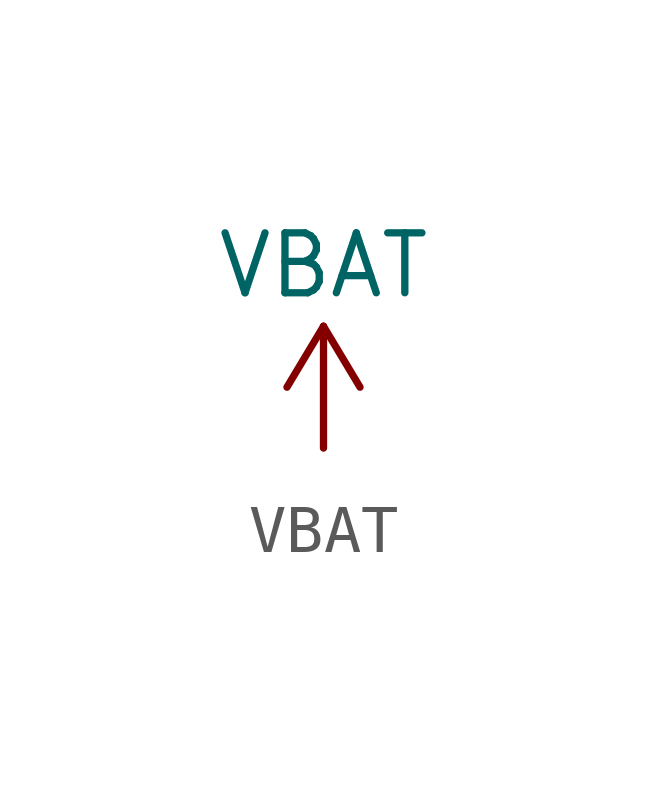
<source format=kicad_sym>
(kicad_symbol_lib
  (version 20231120)
  (generator "kicad_symbol_editor")
  (generator_version "8.0")
  (symbol "VBAT"
    (power)
    (pin_numbers hide)
    (pin_names
      (offset 0) hide)
    (property "Reference" "#PWR"
      (at 0 -11 0)
      (effects (font (size 1.25 1.25)) (hide yes)))
    (property "Value" "VBAT"
      (at 0 3.81 0)
      (do_not_autoplace)
      (effects (font (size 1.25 1.25))))
    (symbol "VBAT_0_1"
      (polyline (pts (xy -0.762 1.27) (xy 0 2.54)) (stroke (width 0) (type default)) (fill (type none)))
      (polyline (pts (xy 0 0) (xy 0 2.54)) (stroke (width 0) (type default)) (fill (type none)))
      (polyline (pts (xy 0 2.54) (xy 0.762 1.27)) (stroke (width 0) (type default)) (fill (type none))))
    (symbol "VBAT_1_1"
      (pin power_in line (at 0 0 90) (length 0) hide (name "VBAT" (effects (font (size 1.25 1.25)))) (number "1" (effects (font (size 1.25 1.25))))))))
</source>
